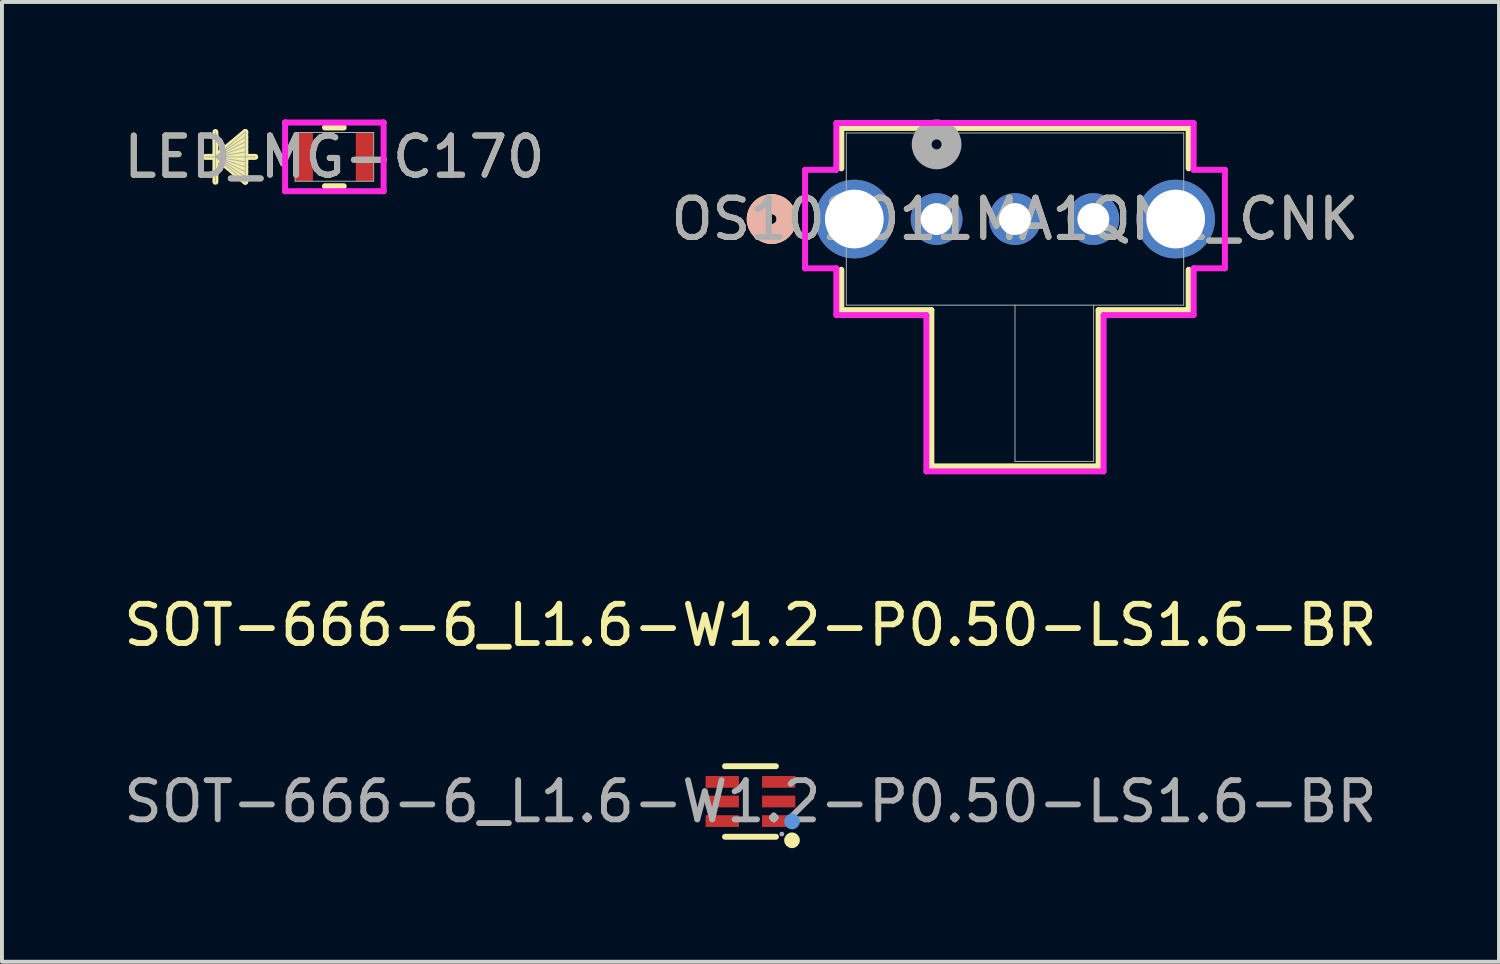
<source format=kicad_pcb>
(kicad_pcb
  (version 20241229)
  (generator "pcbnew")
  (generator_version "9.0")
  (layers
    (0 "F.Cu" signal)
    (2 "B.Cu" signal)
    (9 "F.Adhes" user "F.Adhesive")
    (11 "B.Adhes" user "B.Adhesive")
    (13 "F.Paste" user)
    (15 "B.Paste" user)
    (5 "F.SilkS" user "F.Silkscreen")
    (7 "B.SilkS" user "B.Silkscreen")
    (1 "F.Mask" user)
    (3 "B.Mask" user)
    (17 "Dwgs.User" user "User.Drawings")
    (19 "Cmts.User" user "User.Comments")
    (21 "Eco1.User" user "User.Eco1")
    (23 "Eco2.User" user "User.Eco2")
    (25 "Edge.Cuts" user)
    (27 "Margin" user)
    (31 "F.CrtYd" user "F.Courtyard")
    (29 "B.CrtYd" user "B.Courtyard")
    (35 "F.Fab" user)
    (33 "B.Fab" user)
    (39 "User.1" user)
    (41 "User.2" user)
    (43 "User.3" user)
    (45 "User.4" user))
  (footprint "SOT-666-6_L1.6-W1.2-P0.50-LS1.6-BR"
    (layer "F.Cu")
    (at 16.101 17.403)
    (property "Reference" "SOT-666-6_L1.6-W1.2-P0.50-LS1.6-BR" (at 0 -4.5 0) (layer "F.SilkS") (effects (font (size 1 1) (thickness 0.15))))
    (attr smd)
    (fp_line (start 0.65 -0.9) (end -0.65 -0.9) (stroke (width 0.15) (type solid)) (layer "F.SilkS"))
    (fp_line (start 0.65 0.9) (end -0.65 0.9) (stroke (width 0.15) (type solid)) (layer "F.SilkS"))
    (fp_arc (start 1.06 0.99) (mid 1.06 0.99) (end 1.06 0.99) (stroke (width 0.2) (type solid)) (layer "F.SilkS"))
    (fp_circle (center 1.06 0.51) (end 1.16 0.51) (stroke (width 0.2) (type solid)) (fill no) (layer "Cmts.User"))
    (fp_circle (center 0.8 0.83) (end 0.83 0.83) (stroke (width 0.06) (type solid)) (fill no) (layer "F.Fab"))
    (fp_text user "${REFERENCE}" (at 0 0 0) (layer "F.Fab") (effects (font (size 1 1) (thickness 0.15))))
    (pad "1" smd rect (at 0.72 0.5 90) (size 0.3 0.85) (layers "F.Cu" "F.Mask" "F.Paste"))
    (pad "2" smd rect (at 0.72 0 90) (size 0.3 0.85) (layers "F.Cu" "F.Mask" "F.Paste"))
    (pad "3" smd rect (at 0.72 -0.5 90) (size 0.3 0.85) (layers "F.Cu" "F.Mask" "F.Paste"))
    (pad "4" smd rect (at -0.72 -0.5 90) (size 0.3 0.85) (layers "F.Cu" "F.Mask" "F.Paste"))
    (pad "5" smd rect (at -0.72 0 90) (size 0.3 0.85) (layers "F.Cu" "F.Mask" "F.Paste"))
    (pad "6" smd rect (at -0.72 0.5 90) (size 0.3 0.85) (layers "F.Cu" "F.Mask" "F.Paste")))
  (footprint "LED_MG-C170"
    (layer "F.Cu")
    (at 5.482 0.953)
    (property "Reference" "LED_MG-C170" (at 0 0 0) (unlocked yes) (layer "F.SilkS") (effects (font (size 1 1) (thickness 0.15))))
    (attr smd)
    (fp_line (start -3.035 -0.635) (end -3.035 0.635) (stroke (width 0.152) (type solid)) (layer "F.SilkS"))
    (fp_line (start -3.035 0) (end -2.273 -0.635) (stroke (width 0.152) (type solid)) (layer "F.SilkS"))
    (fp_line (start -3.035 0) (end -2.273 -0.508) (stroke (width 0.152) (type solid)) (layer "F.SilkS"))
    (fp_line (start -3.035 0) (end -2.273 -0.381) (stroke (width 0.152) (type solid)) (layer "F.SilkS"))
    (fp_line (start -3.035 0) (end -2.273 -0.254) (stroke (width 0.152) (type solid)) (layer "F.SilkS"))
    (fp_line (start -3.035 0) (end -2.273 -0.127) (stroke (width 0.152) (type solid)) (layer "F.SilkS"))
    (fp_line (start -3.035 0) (end -2.273 0.127) (stroke (width 0.152) (type solid)) (layer "F.SilkS"))
    (fp_line (start -3.035 0) (end -2.273 0.254) (stroke (width 0.152) (type solid)) (layer "F.SilkS"))
    (fp_line (start -3.035 0) (end -2.273 0.381) (stroke (width 0.152) (type solid)) (layer "F.SilkS"))
    (fp_line (start -3.035 0) (end -2.273 0.508) (stroke (width 0.152) (type solid)) (layer "F.SilkS"))
    (fp_line (start -3.035 0) (end -2.273 0.635) (stroke (width 0.152) (type solid)) (layer "F.SilkS"))
    (fp_line (start -2.273 -0.635) (end -2.273 0.635) (stroke (width 0.152) (type solid)) (layer "F.SilkS"))
    (fp_line (start -2.019 0) (end -3.289 0) (stroke (width 0.152) (type solid)) (layer "F.SilkS"))
    (fp_line (start -0.239 0.749) (end 0.239 0.749) (stroke (width 0.152) (type solid)) (layer "F.SilkS"))
    (fp_line (start 0.239 -0.749) (end -0.239 -0.749) (stroke (width 0.152) (type solid)) (layer "F.SilkS"))
    (fp_line (start -1.257 -0.876) (end -1.257 -0.876) (stroke (width 0.152) (type solid)) (layer "F.CrtYd"))
    (fp_line (start -1.257 -0.876) (end -1.257 -0.876) (stroke (width 0.152) (type solid)) (layer "F.CrtYd"))
    (fp_line (start -1.257 -0.876) (end 1.257 -0.876) (stroke (width 0.152) (type solid)) (layer "F.CrtYd"))
    (fp_line (start -1.257 0.876) (end -1.257 -0.876) (stroke (width 0.152) (type solid)) (layer "F.CrtYd"))
    (fp_line (start -1.257 0.876) (end -1.257 0.876) (stroke (width 0.152) (type solid)) (layer "F.CrtYd"))
    (fp_line (start -1.257 0.876) (end -1.257 0.876) (stroke (width 0.152) (type solid)) (layer "F.CrtYd"))
    (fp_line (start 1.257 -0.876) (end 1.257 -0.876) (stroke (width 0.152) (type solid)) (layer "F.CrtYd"))
    (fp_line (start 1.257 -0.876) (end 1.257 -0.876) (stroke (width 0.152) (type solid)) (layer "F.CrtYd"))
    (fp_line (start 1.257 -0.876) (end 1.257 0.876) (stroke (width 0.152) (type solid)) (layer "F.CrtYd"))
    (fp_line (start 1.257 0.876) (end -1.257 0.876) (stroke (width 0.152) (type solid)) (layer "F.CrtYd"))
    (fp_line (start 1.257 0.876) (end 1.257 0.876) (stroke (width 0.152) (type solid)) (layer "F.CrtYd"))
    (fp_line (start 1.257 0.876) (end 1.257 0.876) (stroke (width 0.152) (type solid)) (layer "F.CrtYd"))
    (fp_line (start -3.035 -0.635) (end -3.035 0.635) (stroke (width 0.025) (type solid)) (layer "F.Fab"))
    (fp_line (start -3.035 0) (end -2.273 -0.635) (stroke (width 0.025) (type solid)) (layer "F.Fab"))
    (fp_line (start -3.035 0) (end -2.273 -0.508) (stroke (width 0.025) (type solid)) (layer "F.Fab"))
    (fp_line (start -3.035 0) (end -2.273 -0.381) (stroke (width 0.025) (type solid)) (layer "F.Fab"))
    (fp_line (start -3.035 0) (end -2.273 -0.254) (stroke (width 0.025) (type solid)) (layer "F.Fab"))
    (fp_line (start -3.035 0) (end -2.273 -0.127) (stroke (width 0.025) (type solid)) (layer "F.Fab"))
    (fp_line (start -3.035 0) (end -2.273 0.127) (stroke (width 0.025) (type solid)) (layer "F.Fab"))
    (fp_line (start -3.035 0) (end -2.273 0.254) (stroke (width 0.025) (type solid)) (layer "F.Fab"))
    (fp_line (start -3.035 0) (end -2.273 0.381) (stroke (width 0.025) (type solid)) (layer "F.Fab"))
    (fp_line (start -3.035 0) (end -2.273 0.508) (stroke (width 0.025) (type solid)) (layer "F.Fab"))
    (fp_line (start -3.035 0) (end -2.273 0.635) (stroke (width 0.025) (type solid)) (layer "F.Fab"))
    (fp_line (start -2.273 -0.635) (end -2.273 0.635) (stroke (width 0.025) (type solid)) (layer "F.Fab"))
    (fp_line (start -2.019 0) (end -3.289 0) (stroke (width 0.025) (type solid)) (layer "F.Fab"))
    (fp_line (start -1.003 -0.622) (end -1.003 0.622) (stroke (width 0.025) (type solid)) (layer "F.Fab"))
    (fp_line (start -1.003 0.622) (end 1.003 0.622) (stroke (width 0.025) (type solid)) (layer "F.Fab"))
    (fp_line (start 1.003 -0.622) (end -1.003 -0.622) (stroke (width 0.025) (type solid)) (layer "F.Fab"))
    (fp_line (start 1.003 0.622) (end 1.003 -0.622) (stroke (width 0.025) (type solid)) (layer "F.Fab"))
    (fp_text user "${REFERENCE}" (at 0 0 0) (unlocked yes) (layer "F.Fab") (effects (font (size 1 1) (thickness 0.15))))
    (pad "1" smd rect (at -0.775 0) (size 0.457 1.245) (layers "F.Cu" "F.Mask" "F.Paste"))
    (pad "2" smd rect (at 0.775 0) (size 0.457 1.245) (layers "F.Cu" "F.Mask" "F.Paste"))
    (zone (net_name "") (layer "F.Cu") (hatch full 0.508) (connect_pads) (min_thickness 0.254) (filled_areas_thickness no) (keepout (tracks not_allowed) (vias not_allowed) (pads allowed) (copperpour not_allowed) (footprints allowed)) (placement (enabled no)) (fill) (polygon (pts (xy 4.987 0.381) (xy 5.977 0.381) (xy 5.977 1.524) (xy 4.987 1.524)))))
  (footprint "OS102011MA1QN1_CNK"
    (layer "F.Cu")
    (at 20.851 2.54)
    (property "Reference" "OS102011MA1QN1_CNK" (at 2 0 0) (unlocked yes) (layer "F.SilkS") (effects (font (size 1 1) (thickness 0.15))))
    (attr through_hole)
    (fp_line (start -2.432 -2.324) (end -2.432 -1.294) (stroke (width 0.152) (type solid)) (layer "F.SilkS"))
    (fp_line (start -2.432 1.294) (end -2.432 2.324) (stroke (width 0.152) (type solid)) (layer "F.SilkS"))
    (fp_line (start -2.432 2.324) (end -0.134 2.324) (stroke (width 0.152) (type solid)) (layer "F.SilkS"))
    (fp_line (start -0.134 2.324) (end -0.134 6.312) (stroke (width 0.152) (type solid)) (layer "F.SilkS"))
    (fp_line (start -0.134 6.312) (end 4.134 6.312) (stroke (width 0.152) (type solid)) (layer "F.SilkS"))
    (fp_line (start 4.134 2.324) (end 6.432 2.324) (stroke (width 0.152) (type solid)) (layer "F.SilkS"))
    (fp_line (start 4.134 6.312) (end 4.134 2.324) (stroke (width 0.152) (type solid)) (layer "F.SilkS"))
    (fp_line (start 6.432 -2.324) (end -2.432 -2.324) (stroke (width 0.152) (type solid)) (layer "F.SilkS"))
    (fp_line (start 6.432 -1.294) (end 6.432 -2.324) (stroke (width 0.152) (type solid)) (layer "F.SilkS"))
    (fp_line (start 6.432 2.324) (end 6.432 1.294) (stroke (width 0.152) (type solid)) (layer "F.SilkS"))
    (fp_circle (center -4.21 0) (end -3.829 0) (stroke (width 0.508) (type solid)) (fill no) (layer "F.SilkS"))
    (fp_circle (center -4.21 0) (end -3.829 0) (stroke (width 0.508) (type solid)) (fill no) (layer "B.SilkS"))
    (fp_line (start -3.357 -1.257) (end -3.357 1.257) (stroke (width 0.152) (type solid)) (layer "F.CrtYd"))
    (fp_line (start -3.357 1.257) (end -2.559 1.257) (stroke (width 0.152) (type solid)) (layer "F.CrtYd"))
    (fp_line (start -2.559 -2.451) (end -2.559 -1.257) (stroke (width 0.152) (type solid)) (layer "F.CrtYd"))
    (fp_line (start -2.559 -1.257) (end -3.357 -1.257) (stroke (width 0.152) (type solid)) (layer "F.CrtYd"))
    (fp_line (start -2.559 1.257) (end -2.559 2.451) (stroke (width 0.152) (type solid)) (layer "F.CrtYd"))
    (fp_line (start -2.559 2.451) (end -0.261 2.451) (stroke (width 0.152) (type solid)) (layer "F.CrtYd"))
    (fp_line (start -0.261 2.451) (end -0.261 6.439) (stroke (width 0.152) (type solid)) (layer "F.CrtYd"))
    (fp_line (start -0.261 6.439) (end 4.261 6.439) (stroke (width 0.152) (type solid)) (layer "F.CrtYd"))
    (fp_line (start 4.261 2.451) (end 6.559 2.451) (stroke (width 0.152) (type solid)) (layer "F.CrtYd"))
    (fp_line (start 4.261 6.439) (end 4.261 2.451) (stroke (width 0.152) (type solid)) (layer "F.CrtYd"))
    (fp_line (start 6.559 -2.451) (end -2.559 -2.451) (stroke (width 0.152) (type solid)) (layer "F.CrtYd"))
    (fp_line (start 6.559 -1.257) (end 6.559 -2.451) (stroke (width 0.152) (type solid)) (layer "F.CrtYd"))
    (fp_line (start 6.559 1.257) (end 7.357 1.257) (stroke (width 0.152) (type solid)) (layer "F.CrtYd"))
    (fp_line (start 6.559 2.451) (end 6.559 1.257) (stroke (width 0.152) (type solid)) (layer "F.CrtYd"))
    (fp_line (start 7.357 -1.257) (end 6.559 -1.257) (stroke (width 0.152) (type solid)) (layer "F.CrtYd"))
    (fp_line (start 7.357 1.257) (end 7.357 -1.257) (stroke (width 0.152) (type solid)) (layer "F.CrtYd"))
    (fp_line (start -2.305 -2.197) (end -2.305 2.197) (stroke (width 0.025) (type solid)) (layer "F.Fab"))
    (fp_line (start -2.305 2.197) (end 6.305 2.197) (stroke (width 0.025) (type solid)) (layer "F.Fab"))
    (fp_line (start 2 2.197) (end 2 6.185) (stroke (width 0.025) (type solid)) (layer "F.Fab"))
    (fp_line (start 2 6.185) (end 4.007 6.185) (stroke (width 0.025) (type solid)) (layer "F.Fab"))
    (fp_line (start 4.007 6.185) (end 4.007 2.197) (stroke (width 0.025) (type solid)) (layer "F.Fab"))
    (fp_line (start 6.305 -2.197) (end -2.305 -2.197) (stroke (width 0.025) (type solid)) (layer "F.Fab"))
    (fp_line (start 6.305 2.197) (end 6.305 -2.197) (stroke (width 0.025) (type solid)) (layer "F.Fab"))
    (fp_circle (center 0 -1.905) (end 0.381 -1.905) (stroke (width 0.508) (type solid)) (fill no) (layer "F.Fab"))
    (fp_text user "${REFERENCE}" (at 2 0 0) (unlocked yes) (layer "F.Fab") (effects (font (size 1 1) (thickness 0.15))))
    (pad "1" thru_hole circle (at 0 0) (size 1.321 1.321) (drill 0.813) (layers "*.Cu" "*.Mask"))
    (pad "2" thru_hole circle (at 2 0) (size 1.321 1.321) (drill 0.813) (layers "*.Cu" "*.Mask"))
    (pad "3" thru_hole circle (at 4 0) (size 1.321 1.321) (drill 0.813) (layers "*.Cu" "*.Mask"))
    (pad "4" thru_hole circle (at -2.1 0) (size 2.007 2.007) (drill 1.499) (layers "*.Cu" "*.Mask"))
    (pad "5" thru_hole circle (at 6.1 0) (size 2.007 2.007) (drill 1.499) (layers "*.Cu" "*.Mask")))
  (gr_rect
    (start -3 -3)
    (end 35.202 21.493)
    (stroke (width 0.1) (type default))
    (fill no)
    (layer "Edge.Cuts")))
</source>
